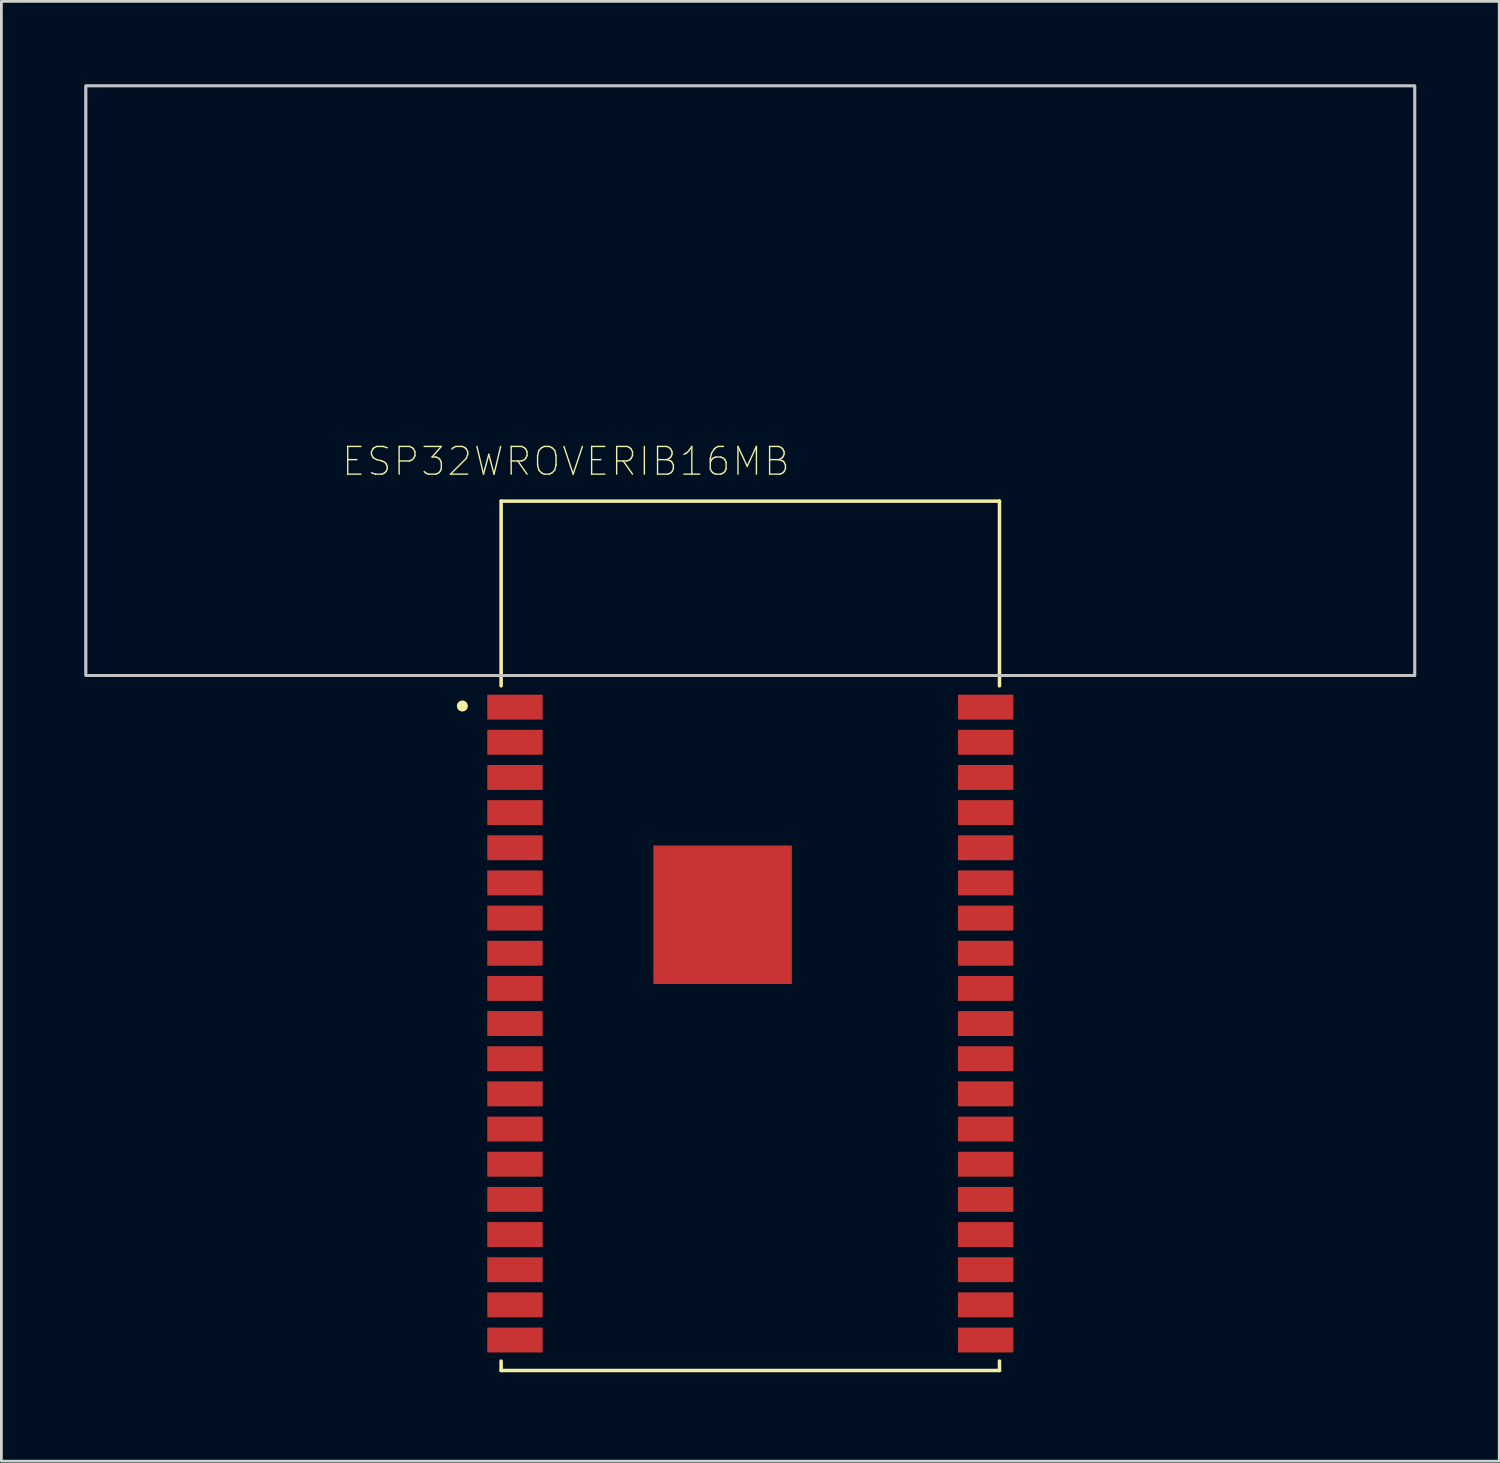
<source format=kicad_pcb>
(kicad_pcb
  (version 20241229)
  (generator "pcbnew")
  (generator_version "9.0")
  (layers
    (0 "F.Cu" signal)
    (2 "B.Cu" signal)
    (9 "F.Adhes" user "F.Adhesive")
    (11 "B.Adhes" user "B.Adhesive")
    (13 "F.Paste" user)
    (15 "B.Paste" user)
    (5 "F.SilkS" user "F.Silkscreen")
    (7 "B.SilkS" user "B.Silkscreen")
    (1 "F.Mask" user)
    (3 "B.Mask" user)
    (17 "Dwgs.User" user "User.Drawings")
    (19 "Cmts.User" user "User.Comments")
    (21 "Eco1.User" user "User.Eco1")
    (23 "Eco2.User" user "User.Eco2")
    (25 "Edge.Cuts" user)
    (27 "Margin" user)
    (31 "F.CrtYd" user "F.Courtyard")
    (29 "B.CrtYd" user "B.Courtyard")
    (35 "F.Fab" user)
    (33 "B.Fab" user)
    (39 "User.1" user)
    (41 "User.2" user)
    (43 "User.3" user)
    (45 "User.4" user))
  (footprint "ESP32WROVERIB16MB"
    (layer "F.Cu")
    (at 24.05 30.75)
    (property "Reference" "ESP32WROVERIB16MB" (at -6.66 -17.135 0) (layer "F.SilkS") (effects (font (size 1 1) (thickness 0.05))))
    (attr smd)
    (fp_line (start -9 -15.7) (end 9 -15.7) (stroke (width 0.127) (type solid)) (layer "F.SilkS"))
    (fp_line (start -9 -9.03) (end -9 -15.7) (stroke (width 0.127) (type solid)) (layer "F.SilkS"))
    (fp_line (start -9 15.36) (end -9 15.7) (stroke (width 0.127) (type solid)) (layer "F.SilkS"))
    (fp_line (start -9 15.7) (end 9 15.7) (stroke (width 0.127) (type solid)) (layer "F.SilkS"))
    (fp_line (start 9 -15.7) (end 9 -9.03) (stroke (width 0.127) (type solid)) (layer "F.SilkS"))
    (fp_line (start 9 15.7) (end 9 15.36) (stroke (width 0.127) (type solid)) (layer "F.SilkS"))
    (fp_circle (center -10.4 -8.3) (end -10.3 -8.3) (stroke (width 0.2) (type solid)) (fill no) (layer "F.SilkS"))
    (fp_poly (pts (xy -2.58 -2.34) (xy 0.58 -2.34) (xy 0.58 0.82) (xy -2.58 0.82)) (stroke (width 0) (type solid)) (fill yes) (layer "F.Paste"))
    (fp_poly (pts (xy -24 -30.7) (xy 24 -30.7) (xy 24 -9.4) (xy -24 -9.4)) (stroke (width 0.1) (type solid)) (fill no) (layer "Dwgs.User"))
    (fp_poly (pts (xy -24 -30.7) (xy 24 -30.7) (xy 24 -9.4) (xy -24 -9.4)) (stroke (width 0.1) (type solid)) (fill no) (layer "Dwgs.User"))
    (fp_line (start -24 -30.7) (end 24 -30.7) (stroke (width 0.05) (type solid)) (layer "Eco1.User"))
    (fp_line (start -24 -9.4) (end -24 -30.7) (stroke (width 0.05) (type solid)) (layer "Eco1.User"))
    (fp_line (start -9.75 -9.4) (end -24 -9.4) (stroke (width 0.05) (type solid)) (layer "Eco1.User"))
    (fp_line (start -9.75 -9.4) (end -9.75 15.95) (stroke (width 0.05) (type solid)) (layer "Eco1.User"))
    (fp_line (start -9.75 15.95) (end 9.75 15.95) (stroke (width 0.05) (type solid)) (layer "Eco1.User"))
    (fp_line (start 9.75 15.95) (end 9.75 -9.4) (stroke (width 0.05) (type solid)) (layer "Eco1.User"))
    (fp_line (start 24 -30.7) (end 24 -9.4) (stroke (width 0.05) (type solid)) (layer "Eco1.User"))
    (fp_line (start 24 -9.4) (end 9.75 -9.4) (stroke (width 0.05) (type solid)) (layer "Eco1.User"))
    (fp_line (start -9 -15.7) (end 9 -15.7) (stroke (width 0.127) (type solid)) (layer "Eco2.User"))
    (fp_line (start -9 -9.4) (end -9 -15.7) (stroke (width 0.127) (type solid)) (layer "Eco2.User"))
    (fp_line (start -9 -9.4) (end 9 -9.4) (stroke (width 0.127) (type solid)) (layer "Eco2.User"))
    (fp_line (start -9 15.7) (end -9 -9.4) (stroke (width 0.127) (type solid)) (layer "Eco2.User"))
    (fp_line (start 9 -15.7) (end 9 -9.4) (stroke (width 0.127) (type solid)) (layer "Eco2.User"))
    (fp_line (start 9 -9.4) (end 9 15.7) (stroke (width 0.127) (type solid)) (layer "Eco2.User"))
    (fp_line (start 9 15.7) (end -9 15.7) (stroke (width 0.127) (type solid)) (layer "Eco2.User"))
    (fp_circle (center -10.4 -8.3) (end -10.3 -8.3) (stroke (width 0.2) (type solid)) (fill no) (layer "Eco2.User"))
    (fp_text user "ANTENNA" (at -3.7 -11.9 0) (layer "Edge.Cuts") (effects (font (size 1 1) (thickness 0.05))))
    (pad "1" smd rect (at -8.5 -8.26) (size 2 0.9) (layers "F.Cu" "F.Mask" "F.Paste"))
    (pad "2" smd rect (at -8.5 -6.99) (size 2 0.9) (layers "F.Cu" "F.Mask" "F.Paste"))
    (pad "3" smd rect (at -8.5 -5.72) (size 2 0.9) (layers "F.Cu" "F.Mask" "F.Paste"))
    (pad "4" smd rect (at -8.5 -4.45) (size 2 0.9) (layers "F.Cu" "F.Mask" "F.Paste"))
    (pad "5" smd rect (at -8.5 -3.18) (size 2 0.9) (layers "F.Cu" "F.Mask" "F.Paste"))
    (pad "6" smd rect (at -8.5 -1.91) (size 2 0.9) (layers "F.Cu" "F.Mask" "F.Paste"))
    (pad "7" smd rect (at -8.5 -0.64) (size 2 0.9) (layers "F.Cu" "F.Mask" "F.Paste"))
    (pad "8" smd rect (at -8.5 0.63) (size 2 0.9) (layers "F.Cu" "F.Mask" "F.Paste"))
    (pad "9" smd rect (at -8.5 1.9) (size 2 0.9) (layers "F.Cu" "F.Mask" "F.Paste"))
    (pad "10" smd rect (at -8.5 3.17) (size 2 0.9) (layers "F.Cu" "F.Mask" "F.Paste"))
    (pad "11" smd rect (at -8.5 4.44) (size 2 0.9) (layers "F.Cu" "F.Mask" "F.Paste"))
    (pad "12" smd rect (at -8.5 5.71) (size 2 0.9) (layers "F.Cu" "F.Mask" "F.Paste"))
    (pad "13" smd rect (at -8.5 6.98) (size 2 0.9) (layers "F.Cu" "F.Mask" "F.Paste"))
    (pad "14" smd rect (at -8.5 8.25) (size 2 0.9) (layers "F.Cu" "F.Mask" "F.Paste"))
    (pad "15" smd rect (at -8.5 9.52) (size 2 0.9) (layers "F.Cu" "F.Mask" "F.Paste"))
    (pad "16" smd rect (at -8.5 10.79) (size 2 0.9) (layers "F.Cu" "F.Mask" "F.Paste"))
    (pad "17" smd rect (at -8.5 12.06) (size 2 0.9) (layers "F.Cu" "F.Mask" "F.Paste"))
    (pad "18" smd rect (at -8.5 13.33) (size 2 0.9) (layers "F.Cu" "F.Mask" "F.Paste"))
    (pad "19" smd rect (at -8.5 14.6) (size 2 0.9) (layers "F.Cu" "F.Mask" "F.Paste"))
    (pad "20" smd rect (at 8.5 14.6) (size 2 0.9) (layers "F.Cu" "F.Mask" "F.Paste"))
    (pad "21" smd rect (at 8.5 13.33) (size 2 0.9) (layers "F.Cu" "F.Mask" "F.Paste"))
    (pad "22" smd rect (at 8.5 12.06) (size 2 0.9) (layers "F.Cu" "F.Mask" "F.Paste"))
    (pad "23" smd rect (at 8.5 10.79) (size 2 0.9) (layers "F.Cu" "F.Mask" "F.Paste"))
    (pad "24" smd rect (at 8.5 9.52) (size 2 0.9) (layers "F.Cu" "F.Mask" "F.Paste"))
    (pad "25" smd rect (at 8.5 8.25) (size 2 0.9) (layers "F.Cu" "F.Mask" "F.Paste"))
    (pad "26" smd rect (at 8.5 6.98) (size 2 0.9) (layers "F.Cu" "F.Mask" "F.Paste"))
    (pad "27" smd rect (at 8.5 5.71) (size 2 0.9) (layers "F.Cu" "F.Mask" "F.Paste"))
    (pad "28" smd rect (at 8.5 4.44) (size 2 0.9) (layers "F.Cu" "F.Mask" "F.Paste"))
    (pad "29" smd rect (at 8.5 3.17) (size 2 0.9) (layers "F.Cu" "F.Mask" "F.Paste"))
    (pad "30" smd rect (at 8.5 1.9) (size 2 0.9) (layers "F.Cu" "F.Mask" "F.Paste"))
    (pad "31" smd rect (at 8.5 0.63) (size 2 0.9) (layers "F.Cu" "F.Mask" "F.Paste"))
    (pad "32" smd rect (at 8.5 -0.64) (size 2 0.9) (layers "F.Cu" "F.Mask" "F.Paste"))
    (pad "33" smd rect (at 8.5 -1.91) (size 2 0.9) (layers "F.Cu" "F.Mask" "F.Paste"))
    (pad "34" smd rect (at 8.5 -3.18) (size 2 0.9) (layers "F.Cu" "F.Mask" "F.Paste"))
    (pad "35" smd rect (at 8.5 -4.45) (size 2 0.9) (layers "F.Cu" "F.Mask" "F.Paste"))
    (pad "36" smd rect (at 8.5 -5.72) (size 2 0.9) (layers "F.Cu" "F.Mask" "F.Paste"))
    (pad "37" smd rect (at 8.5 -6.99) (size 2 0.9) (layers "F.Cu" "F.Mask" "F.Paste"))
    (pad "38" smd rect (at 8.5 -8.26) (size 2 0.9) (layers "F.Cu" "F.Mask" "F.Paste"))
    (pad "39" smd rect (at -1 -0.76) (size 5 5) (layers "F.Cu" "F.Mask" "F.Paste")))
  (gr_rect
    (start -3 -3)
    (end 51.1 49.725)
    (stroke (width 0.1) (type default))
    (fill no)
    (layer "Edge.Cuts")))
</source>
